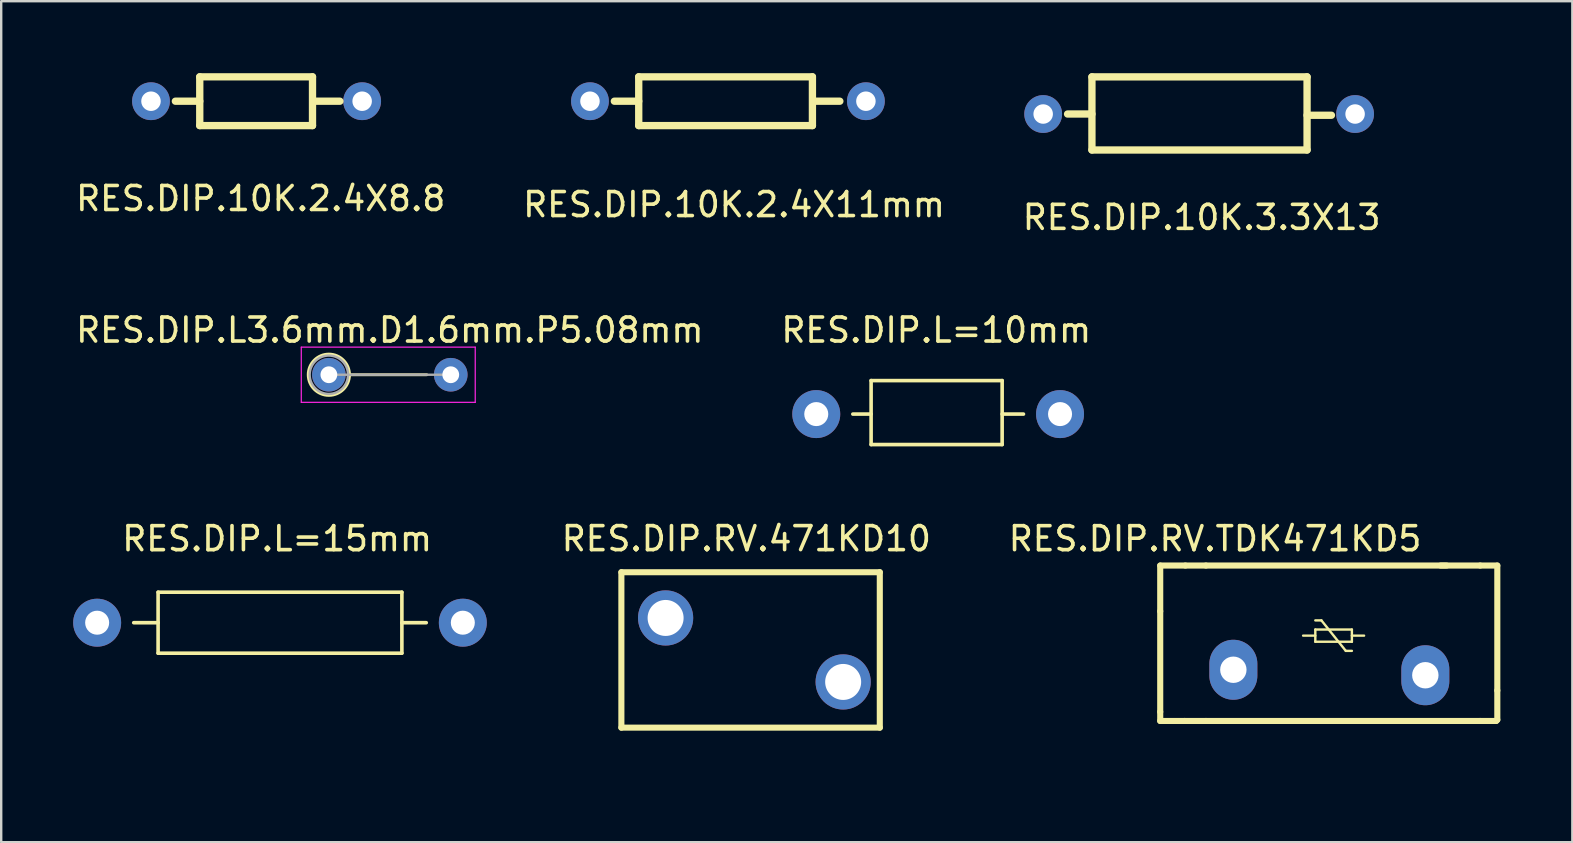
<source format=kicad_pcb>
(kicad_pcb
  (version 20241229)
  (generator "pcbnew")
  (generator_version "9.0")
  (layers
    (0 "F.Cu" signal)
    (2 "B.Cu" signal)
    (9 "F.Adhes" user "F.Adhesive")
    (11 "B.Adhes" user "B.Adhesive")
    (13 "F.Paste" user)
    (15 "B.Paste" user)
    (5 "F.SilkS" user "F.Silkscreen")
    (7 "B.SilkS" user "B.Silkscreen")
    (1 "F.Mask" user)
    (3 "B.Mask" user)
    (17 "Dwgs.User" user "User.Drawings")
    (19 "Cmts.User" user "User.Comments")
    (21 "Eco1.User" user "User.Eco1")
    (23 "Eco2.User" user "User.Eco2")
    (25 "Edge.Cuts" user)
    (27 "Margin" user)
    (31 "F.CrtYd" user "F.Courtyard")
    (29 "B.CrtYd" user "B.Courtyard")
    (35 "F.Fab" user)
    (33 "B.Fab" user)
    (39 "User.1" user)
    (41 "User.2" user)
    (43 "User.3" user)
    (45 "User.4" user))
  (footprint "RES.DIP.10K.3.3X13"
    (layer "F.Cu")
    (at 47.03 5.512)
    (property "Reference" "RES.DIP.10K.3.3X13" (at 0 0.5 0) (layer "F.SilkS") (effects (font (size 1 1) (thickness 0.15))))
    (attr through_hole)
    (fp_line (start -5.588 -3.81) (end -4.572 -3.81) (stroke (width 0.305) (type solid)) (layer "F.SilkS"))
    (fp_line (start -4.572 -5.359) (end 4.394 -5.359) (stroke (width 0.305) (type solid)) (layer "F.SilkS"))
    (fp_line (start -4.572 -2.311) (end -4.572 -5.359) (stroke (width 0.305) (type solid)) (layer "F.SilkS"))
    (fp_line (start -4.572 -2.311) (end 4.394 -2.311) (stroke (width 0.305) (type solid)) (layer "F.SilkS"))
    (fp_line (start 4.394 -3.759) (end 5.41 -3.759) (stroke (width 0.305) (type solid)) (layer "F.SilkS"))
    (fp_line (start 4.394 -2.311) (end 4.394 -5.359) (stroke (width 0.305) (type solid)) (layer "F.SilkS"))
    (pad "1" thru_hole circle (at -6.604 -3.81) (size 1.575 1.575) (drill 0.813) (layers "*.Cu" "*.Mask"))
    (pad "2" thru_hole circle (at 6.396 -3.81) (size 1.575 1.575) (drill 0.813) (layers "*.Cu" "*.Mask")))
  (footprint "RES.DIP.L3.6mm.D1.6mm.P5.08mm"
    (layer "F.Cu")
    (at 10.656 12.568)
    (property "Reference" "RES.DIP.L3.6mm.D1.6mm.P5.08mm" (at 2.54 -1.86 0) (layer "F.SilkS") (effects (font (size 1 1) (thickness 0.15))))
    (attr through_hole)
    (fp_line (start 0.86 0) (end 4.08 0) (stroke (width 0.12) (type solid)) (layer "F.SilkS"))
    (fp_circle (center 0 0) (end 0.86 0) (stroke (width 0.12) (type solid)) (fill no) (layer "F.SilkS"))
    (fp_line (start -1.15 -1.15) (end -1.15 1.15) (stroke (width 0.05) (type solid)) (layer "F.CrtYd"))
    (fp_line (start -1.15 1.15) (end 6.1 1.15) (stroke (width 0.05) (type solid)) (layer "F.CrtYd"))
    (fp_line (start 6.1 -1.15) (end -1.15 -1.15) (stroke (width 0.05) (type solid)) (layer "F.CrtYd"))
    (fp_line (start 6.1 1.15) (end 6.1 -1.15) (stroke (width 0.05) (type solid)) (layer "F.CrtYd"))
    (fp_line (start 0 0) (end 5.08 0) (stroke (width 0.1) (type solid)) (layer "F.Fab"))
    (fp_circle (center 0 0) (end 0.8 0) (stroke (width 0.1) (type solid)) (fill no) (layer "F.Fab"))
    (pad "1" thru_hole circle (at 0 0) (size 1.4 1.4) (drill 0.7) (layers "*.Cu" "*.Mask"))
    (pad "2" thru_hole oval (at 5.08 0) (size 1.4 1.4) (drill 0.7) (layers "*.Cu" "*.Mask")))
  (footprint "RES.DIP.10K.2.4X11mm"
    (layer "F.Cu")
    (at 27.542 4.978)
    (property "Reference" "RES.DIP.10K.2.4X11mm" (at 0 0.5 0) (layer "F.SilkS") (effects (font (size 1 1) (thickness 0.15))))
    (attr through_hole)
    (fp_line (start -4.988 -3.81) (end -3.972 -3.81) (stroke (width 0.305) (type solid)) (layer "F.SilkS"))
    (fp_line (start -3.972 -4.826) (end 3.267 -4.826) (stroke (width 0.305) (type solid)) (layer "F.SilkS"))
    (fp_line (start -3.972 -2.794) (end -3.972 -4.826) (stroke (width 0.305) (type solid)) (layer "F.SilkS"))
    (fp_line (start -3.972 -2.794) (end 3.267 -2.794) (stroke (width 0.305) (type solid)) (layer "F.SilkS"))
    (fp_line (start 3.267 -2.794) (end 3.267 -4.826) (stroke (width 0.305) (type solid)) (layer "F.SilkS"))
    (fp_line (start 3.394 -3.81) (end 4.41 -3.81) (stroke (width 0.305) (type solid)) (layer "F.SilkS"))
    (pad "1" thru_hole circle (at -6.004 -3.81) (size 1.575 1.575) (drill 0.813) (layers "*.Cu" "*.Mask"))
    (pad "2" thru_hole circle (at 5.496 -3.81) (size 1.575 1.575) (drill 0.813) (layers "*.Cu" "*.Mask")))
  (footprint "RES.DIP.L=15mm"
    (layer "F.Cu")
    (at 8.5 22.902)
    (property "Reference" "RES.DIP.L=15mm" (at 0 -3.5 0) (layer "F.SilkS") (effects (font (size 1 1) (thickness 0.15))))
    (attr through_hole)
    (fp_line (start -4.961 -1.27) (end 5.199 -1.27) (stroke (width 0.15) (type solid)) (layer "F.SilkS"))
    (fp_line (start -4.961 0) (end -5.977 0) (stroke (width 0.15) (type solid)) (layer "F.SilkS"))
    (fp_line (start -4.961 1.27) (end -4.961 -1.27) (stroke (width 0.15) (type solid)) (layer "F.SilkS"))
    (fp_line (start 5.199 -1.27) (end 5.199 1.27) (stroke (width 0.15) (type solid)) (layer "F.SilkS"))
    (fp_line (start 5.199 0) (end 6.215 0) (stroke (width 0.15) (type solid)) (layer "F.SilkS"))
    (fp_line (start 5.199 1.27) (end -4.961 1.27) (stroke (width 0.15) (type solid)) (layer "F.SilkS"))
    (pad "1" thru_hole circle (at -7.501 0) (size 1.999 1.999) (drill 1.001) (layers "*.Cu" "*.Mask"))
    (pad "2" thru_hole circle (at 7.739 0) (size 1.999 1.999) (drill 1.001) (layers "*.Cu" "*.Mask")))
  (footprint "RES.DIP.RV.471KD10"
    (layer "F.Cu")
    (at 28.308 25.053)
    (property "Reference" "RES.DIP.RV.471KD10" (at -0.254 -5.652 0) (layer "F.SilkS") (effects (font (size 1 1) (thickness 0.15))))
    (attr through_hole)
    (fp_line (start -5.461 -4.255) (end 5.309 -4.255) (stroke (width 0.254) (type solid)) (layer "F.SilkS"))
    (fp_line (start -5.461 2.223) (end -5.461 -4.255) (stroke (width 0.254) (type solid)) (layer "F.SilkS"))
    (fp_line (start -5.461 2.223) (end 5.309 2.223) (stroke (width 0.254) (type solid)) (layer "F.SilkS"))
    (fp_line (start 5.309 -4.255) (end 5.309 2.223) (stroke (width 0.254) (type solid)) (layer "F.SilkS"))
    (pad "1" thru_hole circle (at -3.618 -2.349 270) (size 2.3 2.3) (drill 1.5) (layers "*.Cu" "*.Mask"))
    (pad "2" thru_hole circle (at 3.782 0.318 270) (size 2.3 2.3) (drill 1.5) (layers "*.Cu" "*.Mask")))
  (footprint "RES.DIP.10K.2.4X8.8"
    (layer "F.Cu")
    (at 7.815 4.724)
    (property "Reference" "RES.DIP.10K.2.4X8.8" (at 0 0.5 0) (layer "F.SilkS") (effects (font (size 1 1) (thickness 0.15))))
    (attr through_hole)
    (fp_line (start -3.556 -3.556) (end -2.54 -3.556) (stroke (width 0.305) (type solid)) (layer "F.SilkS"))
    (fp_line (start -2.54 -4.572) (end 2.159 -4.572) (stroke (width 0.305) (type solid)) (layer "F.SilkS"))
    (fp_line (start -2.54 -2.54) (end -2.54 -4.572) (stroke (width 0.305) (type solid)) (layer "F.SilkS"))
    (fp_line (start -2.54 -2.54) (end 2.159 -2.54) (stroke (width 0.305) (type solid)) (layer "F.SilkS"))
    (fp_line (start 2.159 -4.572) (end 2.159 -2.54) (stroke (width 0.305) (type solid)) (layer "F.SilkS"))
    (fp_line (start 2.286 -3.556) (end 3.302 -3.556) (stroke (width 0.305) (type solid)) (layer "F.SilkS"))
    (pad "1" thru_hole circle (at -4.572 -3.556) (size 1.575 1.575) (drill 0.813) (layers "*.Cu" "*.Mask"))
    (pad "2" thru_hole circle (at 4.228 -3.556) (size 1.575 1.575) (drill 0.813) (layers "*.Cu" "*.Mask")))
  (footprint "RES.DIP.L=10mm"
    (layer "F.Cu")
    (at 35.97 14.208)
    (property "Reference" "RES.DIP.L=10mm" (at 0 -3.5 0) (layer "F.SilkS") (effects (font (size 1 1) (thickness 0.15))))
    (attr through_hole)
    (fp_line (start -2.715 -1.397) (end 2.746 -1.397) (stroke (width 0.15) (type solid)) (layer "F.SilkS"))
    (fp_line (start -2.715 0) (end -3.477 0) (stroke (width 0.15) (type solid)) (layer "F.SilkS"))
    (fp_line (start -2.715 1.27) (end -2.715 -1.397) (stroke (width 0.15) (type solid)) (layer "F.SilkS"))
    (fp_line (start 2.746 -1.397) (end 2.746 1.27) (stroke (width 0.15) (type solid)) (layer "F.SilkS"))
    (fp_line (start 2.746 0) (end 3.635 0) (stroke (width 0.15) (type solid)) (layer "F.SilkS"))
    (fp_line (start 2.746 1.27) (end -2.715 1.27) (stroke (width 0.15) (type solid)) (layer "F.SilkS"))
    (pad "1" thru_hole circle (at -5.001 0) (size 1.999 1.999) (drill 1.001) (layers "*.Cu" "*.Mask"))
    (pad "2" thru_hole circle (at 5.159 0) (size 1.999 1.999) (drill 1.001) (layers "*.Cu" "*.Mask")))
  (footprint "RES.DIP.RV.TDK471KD5"
    (layer "F.Cu")
    (at 52.797 28.8)
    (property "Reference" "RES.DIP.RV.TDK471KD5" (at -5.207 -9.398 0) (layer "F.SilkS") (effects (font (size 1 1) (thickness 0.15))))
    (attr through_hole)
    (fp_line (start -7.493 -8.28) (end -6.445 -8.28) (stroke (width 0.254) (type solid)) (layer "F.SilkS"))
    (fp_line (start -7.493 -6.375) (end -7.493 -8.28) (stroke (width 0.254) (type solid)) (layer "F.SilkS"))
    (fp_line (start -7.493 -2.184) (end -7.493 -6.375) (stroke (width 0.254) (type solid)) (layer "F.SilkS"))
    (fp_line (start -7.493 -1.803) (end -7.493 -2.184) (stroke (width 0.254) (type solid)) (layer "F.SilkS"))
    (fp_line (start -7.493 -1.803) (end -6.477 -1.803) (stroke (width 0.254) (type solid)) (layer "F.SilkS"))
    (fp_line (start -6.477 -1.803) (end -5.588 -1.803) (stroke (width 0.254) (type solid)) (layer "F.SilkS"))
    (fp_line (start -6.445 -8.28) (end -5.588 -8.28) (stroke (width 0.254) (type solid)) (layer "F.SilkS"))
    (fp_line (start -5.588 -8.28) (end 4.445 -8.28) (stroke (width 0.254) (type solid)) (layer "F.SilkS"))
    (fp_line (start -5.588 -1.803) (end 5.842 -1.803) (stroke (width 0.254) (type solid)) (layer "F.SilkS"))
    (fp_line (start -1.537 -5.359) (end -1.029 -5.359) (stroke (width 0.1) (type solid)) (layer "F.SilkS"))
    (fp_line (start -1.029 -5.994) (end -0.775 -5.994) (stroke (width 0.1) (type solid)) (layer "F.SilkS"))
    (fp_line (start -1.029 -5.613) (end 0.495 -5.613) (stroke (width 0.1) (type solid)) (layer "F.SilkS"))
    (fp_line (start -1.029 -5.105) (end -1.029 -5.613) (stroke (width 0.1) (type solid)) (layer "F.SilkS"))
    (fp_line (start -1.029 -5.105) (end 0.495 -5.105) (stroke (width 0.1) (type solid)) (layer "F.SilkS"))
    (fp_line (start -0.775 -5.994) (end 0.241 -4.724) (stroke (width 0.1) (type solid)) (layer "F.SilkS"))
    (fp_line (start 0.241 -4.724) (end 0.495 -4.724) (stroke (width 0.1) (type solid)) (layer "F.SilkS"))
    (fp_line (start 0.495 -5.613) (end 0.495 -5.105) (stroke (width 0.1) (type solid)) (layer "F.SilkS"))
    (fp_line (start 0.495 -5.359) (end 1.003 -5.359) (stroke (width 0.1) (type solid)) (layer "F.SilkS"))
    (fp_line (start 4.191 -8.28) (end 5.842 -8.28) (stroke (width 0.254) (type solid)) (layer "F.SilkS"))
    (fp_line (start 5.842 -8.28) (end 6.556 -8.28) (stroke (width 0.254) (type solid)) (layer "F.SilkS"))
    (fp_line (start 5.842 -1.803) (end 6.508 -1.803) (stroke (width 0.254) (type solid)) (layer "F.SilkS"))
    (fp_line (start 6.508 -1.803) (end 6.556 -1.851) (stroke (width 0.254) (type solid)) (layer "F.SilkS"))
    (fp_line (start 6.556 -3.073) (end 6.556 -8.28) (stroke (width 0.254) (type solid)) (layer "F.SilkS"))
    (fp_line (start 6.556 -1.851) (end 6.556 -3.073) (stroke (width 0.254) (type solid)) (layer "F.SilkS"))
    (pad "1" thru_hole oval (at -4.445 -3.937 270) (size 2.5 2) (drill 1.1) (layers "*.Cu" "*.Mask"))
    (pad "2" thru_hole oval (at 3.556 -3.708 270) (size 2.5 2) (drill 1.1) (layers "*.Cu" "*.Mask")))
  (gr_rect
    (start -3 -3)
    (end 62.48 32.05)
    (stroke (width 0.1) (type default))
    (fill no)
    (layer "Edge.Cuts")))
</source>
